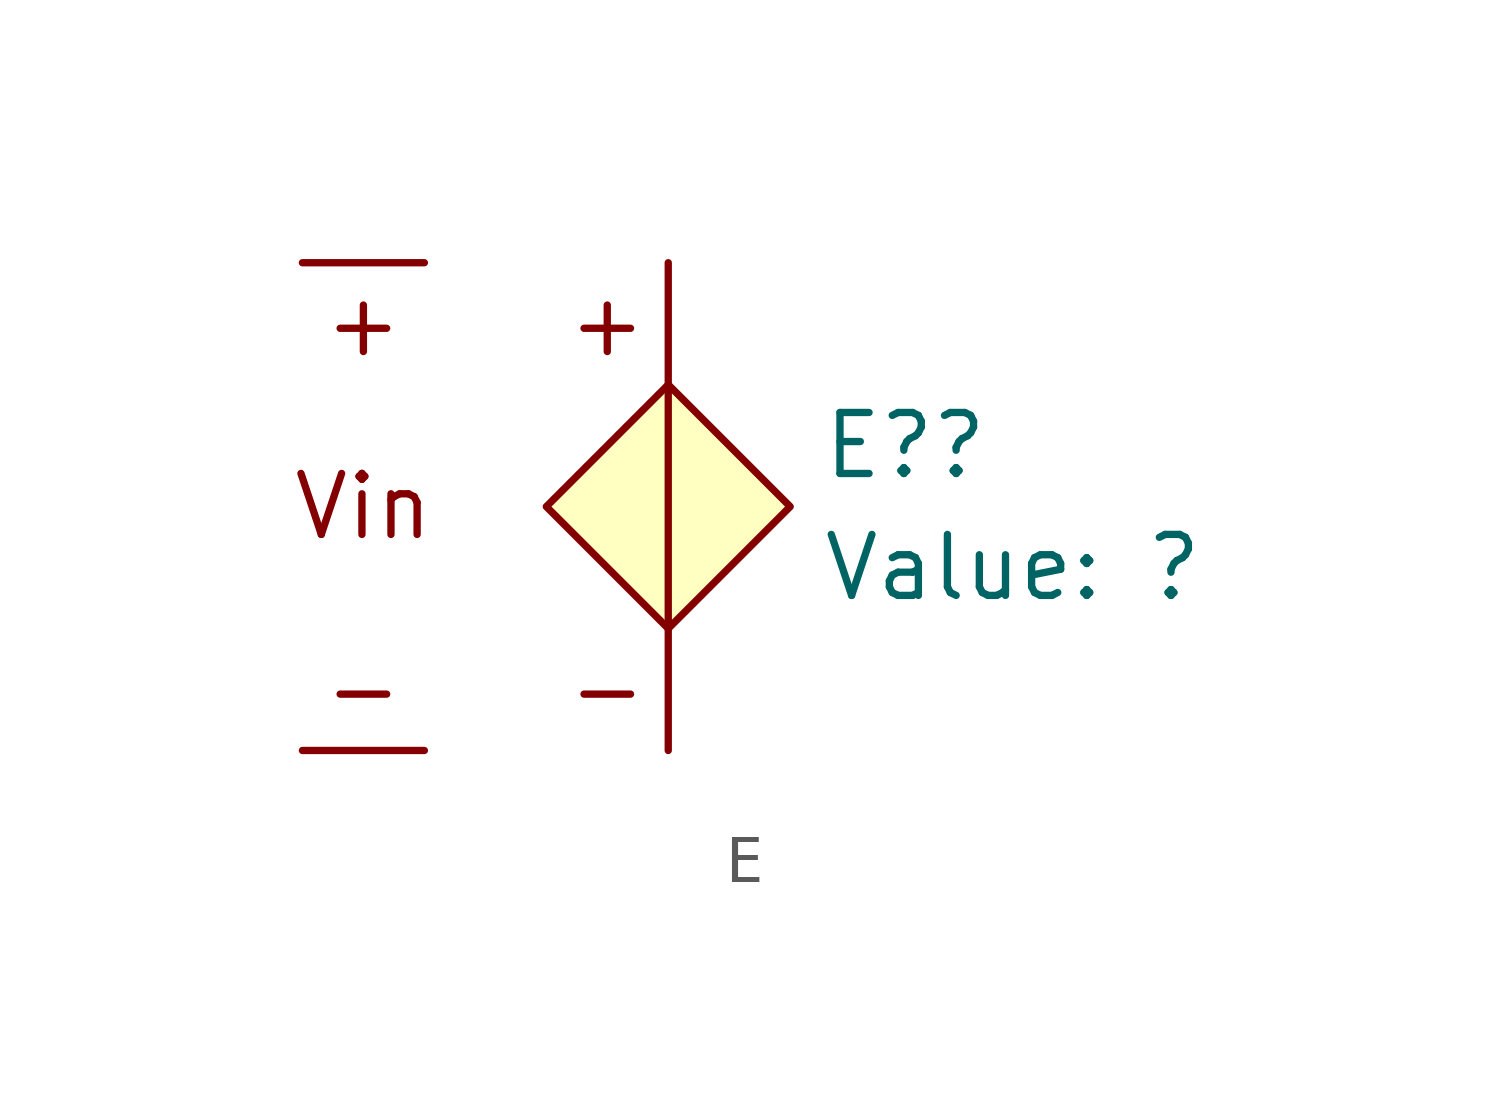
<source format=kicad_sym>
(kicad_symbol_lib
  (version 20241209)
  (generator "kicad_symbol_editor")
  (generator_version "9.0")
  (symbol "E"
    (pin_numbers
      (hide yes))
    (pin_names
      (offset 0)
      (hide yes))
    (property "Reference" "E?"
      (at 3.175 1.27 0)
      (effects (font (size 1.27 1.27)) (justify left)))
    (property "Value" "?"
      (at 3.175 -1.27 0)
      (show_name)
      (effects (font (size 1.27 1.27)) (justify left)))
    (symbol "E_0_0"
      (text "+" (at -6.35 3.81 0) (effects (font (size 1.27 1.27))))
      (text "-" (at -6.35 -3.81 0) (effects (font (size 1.27 1.27))))
      (text "+" (at -1.27 3.81 0) (effects (font (size 1.27 1.27))))
      (text "-" (at -1.27 -3.81 0) (effects (font (size 1.27 1.27)))))
    (symbol "E_0_1"
      (polyline (pts (xy 0 2.54) (xy 0 -2.54)) (stroke (width 0) (type solid)) (fill (type none))))
    (symbol "E_1_0"
      (pin power_out line (at 0 5.08 270) (length 2.54) (name "outP" (effects (font (size 1.27 1.27)))) (number "1" (effects (font (size 1.27 1.27)))))
      (pin power_out line (at 0 -5.08 90) (length 2.54) (name "outN" (effects (font (size 1.27 1.27)))) (number "2" (effects (font (size 1.27 1.27))))))
    (symbol "E_1_1"
      (polyline (pts (xy 0 2.54) (xy -2.54 0) (xy 0 -2.54) (xy 2.54 0) (xy 0 2.54)) (stroke (width 0) (type default)) (fill (type background)))
      (text "Vin" (at -6.35 0 0) (effects (font (size 1.27 1.27))))
      (pin input line (at -7.62 5.08 0) (length 2.54) (name "inp" (effects (font (size 1.27 1.27)))) (number "3" (effects (font (size 1.27 1.27)))))
      (pin input line (at -7.62 -5.08 0) (length 2.54) (name "inN" (effects (font (size 1.27 1.27)))) (number "4" (effects (font (size 1.27 1.27))))))))
</source>
